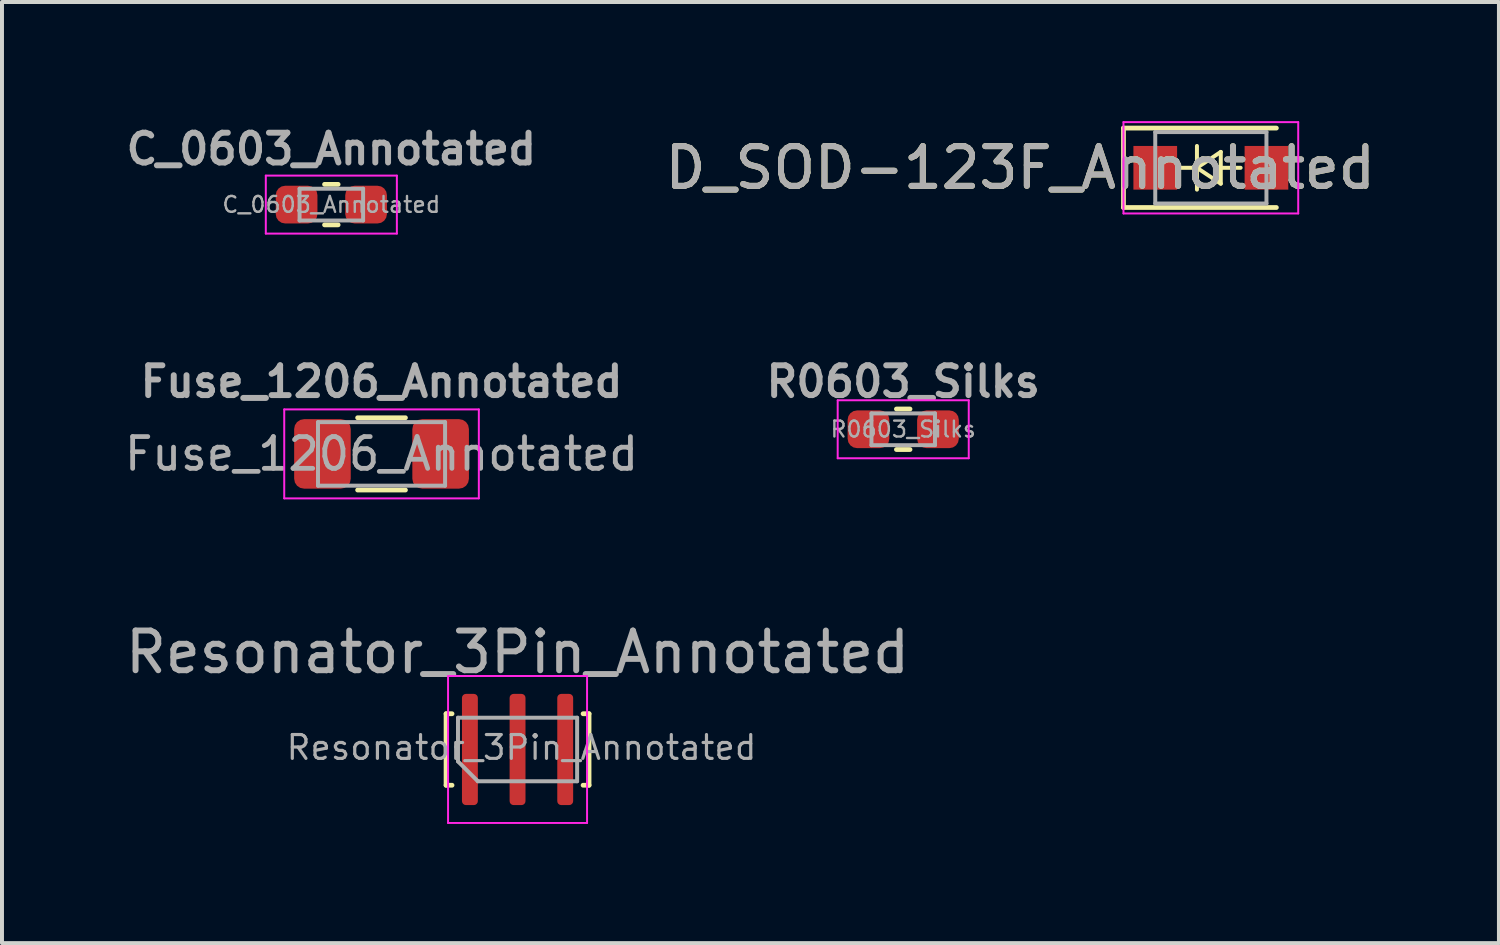
<source format=kicad_pcb>
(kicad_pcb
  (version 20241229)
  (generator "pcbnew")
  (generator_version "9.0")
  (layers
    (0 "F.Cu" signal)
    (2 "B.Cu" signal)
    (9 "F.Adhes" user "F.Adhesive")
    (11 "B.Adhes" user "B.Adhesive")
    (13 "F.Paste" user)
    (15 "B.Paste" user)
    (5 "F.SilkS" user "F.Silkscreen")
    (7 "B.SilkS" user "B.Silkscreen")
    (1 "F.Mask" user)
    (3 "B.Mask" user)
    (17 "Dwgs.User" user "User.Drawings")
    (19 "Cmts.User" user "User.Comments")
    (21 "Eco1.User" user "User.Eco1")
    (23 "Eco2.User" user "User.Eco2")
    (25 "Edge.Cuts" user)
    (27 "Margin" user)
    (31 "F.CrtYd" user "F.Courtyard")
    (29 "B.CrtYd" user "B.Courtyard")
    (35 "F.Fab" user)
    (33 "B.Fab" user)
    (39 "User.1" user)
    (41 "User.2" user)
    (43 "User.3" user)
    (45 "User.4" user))
  (footprint "Resonator_3Pin_Annotated"
    (layer "F.Cu")
    (at 9.982 15.822)
    (property "Reference" "Resonator_3Pin_Annotated" (at 0 -2.45 0) (layer "F.Fab") (effects (font (size 1 1) (thickness 0.15))))
    (attr smd)
    (fp_line (start -1.8 -0.9) (end -1.65 -0.9) (stroke (width 0.12) (type solid)) (layer "F.SilkS"))
    (fp_line (start -1.8 0.9) (end -1.8 -0.9) (stroke (width 0.12) (type solid)) (layer "F.SilkS"))
    (fp_line (start -1.8 0.9) (end -1.65 0.9) (stroke (width 0.12) (type solid)) (layer "F.SilkS"))
    (fp_line (start 1.8 -0.9) (end 1.65 -0.9) (stroke (width 0.12) (type solid)) (layer "F.SilkS"))
    (fp_line (start 1.8 -0.9) (end 1.8 0.9) (stroke (width 0.12) (type solid)) (layer "F.SilkS"))
    (fp_line (start 1.8 0.9) (end 1.65 0.9) (stroke (width 0.12) (type solid)) (layer "F.SilkS"))
    (fp_line (start -1.75 -1.85) (end 1.75 -1.85) (stroke (width 0.05) (type solid)) (layer "F.CrtYd"))
    (fp_line (start -1.75 1.85) (end -1.75 -1.85) (stroke (width 0.05) (type solid)) (layer "F.CrtYd"))
    (fp_line (start 1.75 -1.85) (end 1.75 1.85) (stroke (width 0.05) (type solid)) (layer "F.CrtYd"))
    (fp_line (start 1.75 1.85) (end -1.75 1.85) (stroke (width 0.05) (type solid)) (layer "F.CrtYd"))
    (fp_line (start -1.5 0.3) (end -1.5 -0.8) (stroke (width 0.1) (type solid)) (layer "F.Fab"))
    (fp_line (start -1 0.8) (end -1.5 0.3) (stroke (width 0.1) (type solid)) (layer "F.Fab"))
    (fp_line (start -1 0.8) (end 1.5 0.8) (stroke (width 0.1) (type solid)) (layer "F.Fab"))
    (fp_line (start 1.5 -0.8) (end -1.5 -0.8) (stroke (width 0.1) (type solid)) (layer "F.Fab"))
    (fp_line (start 1.5 0.8) (end 1.5 -0.8) (stroke (width 0.1) (type solid)) (layer "F.Fab"))
    (fp_text user "${REFERENCE}" (at 0.1 -0.05 0) (layer "F.Fab") (effects (font (size 0.6 0.6) (thickness 0.08))))
    (pad "1" smd roundrect (at -1.2 0) (size 0.4 2.8) (layers "F.Cu" "F.Mask" "F.Paste") (roundrect_rratio 0.25))
    (pad "2" smd roundrect (at 0 0) (size 0.4 2.8) (layers "F.Cu" "F.Mask" "F.Paste") (roundrect_rratio 0.25))
    (pad "3" smd roundrect (at 1.2 0) (size 0.4 2.8) (layers "F.Cu" "F.Mask" "F.Paste") (roundrect_rratio 0.25)))
  (footprint "C_0603_Annotated"
    (layer "F.Cu")
    (at 5.293 2.102)
    (property "Reference" "C_0603_Annotated" (at 0 -1.4 0) (layer "F.Fab") (effects (font (size 0.75 0.75) (thickness 0.15))))
    (attr through_hole)
    (fp_line (start -0.171 -0.51) (end 0.171 -0.51) (stroke (width 0.12) (type solid)) (layer "F.SilkS"))
    (fp_line (start -0.171 0.51) (end 0.171 0.51) (stroke (width 0.12) (type solid)) (layer "F.SilkS"))
    (fp_line (start -1.65 -0.73) (end 1.65 -0.73) (stroke (width 0.05) (type solid)) (layer "F.CrtYd"))
    (fp_line (start -1.65 0.73) (end -1.65 -0.73) (stroke (width 0.05) (type solid)) (layer "F.CrtYd"))
    (fp_line (start 1.65 -0.73) (end 1.65 0.73) (stroke (width 0.05) (type solid)) (layer "F.CrtYd"))
    (fp_line (start 1.65 0.73) (end -1.65 0.73) (stroke (width 0.05) (type solid)) (layer "F.CrtYd"))
    (fp_line (start -0.8 -0.4) (end 0.8 -0.4) (stroke (width 0.1) (type solid)) (layer "F.Fab"))
    (fp_line (start -0.8 0.4) (end -0.8 -0.4) (stroke (width 0.1) (type solid)) (layer "F.Fab"))
    (fp_line (start 0.8 -0.4) (end 0.8 0.4) (stroke (width 0.1) (type solid)) (layer "F.Fab"))
    (fp_line (start 0.8 0.4) (end -0.8 0.4) (stroke (width 0.1) (type solid)) (layer "F.Fab"))
    (fp_text user "${REFERENCE}" (at 0 0 0) (layer "F.Fab") (effects (font (size 0.4 0.4) (thickness 0.06))))
    (pad "1" smd roundrect (at -0.875 0) (size 1.05 0.95) (layers "F.Cu" "F.Mask" "F.Paste") (roundrect_rratio 0.25))
    (pad "2" smd roundrect (at 0.875 0) (size 1.05 0.95) (layers "F.Cu" "F.Mask" "F.Paste") (roundrect_rratio 0.25)))
  (footprint "Fuse_1206_Annotated"
    (layer "F.Cu")
    (at 6.557 8.379)
    (property "Reference" "Fuse_1206_Annotated" (at 0 -1.82 0) (layer "F.Fab") (effects (font (size 0.75 0.75) (thickness 0.15))))
    (attr smd)
    (fp_line (start -0.602 -0.91) (end 0.602 -0.91) (stroke (width 0.12) (type solid)) (layer "F.SilkS"))
    (fp_line (start -0.602 0.91) (end 0.602 0.91) (stroke (width 0.12) (type solid)) (layer "F.SilkS"))
    (fp_line (start -2.45 -1.12) (end 2.45 -1.12) (stroke (width 0.05) (type solid)) (layer "F.CrtYd"))
    (fp_line (start -2.45 1.12) (end -2.45 -1.12) (stroke (width 0.05) (type solid)) (layer "F.CrtYd"))
    (fp_line (start 2.45 -1.12) (end 2.45 1.12) (stroke (width 0.05) (type solid)) (layer "F.CrtYd"))
    (fp_line (start 2.45 1.12) (end -2.45 1.12) (stroke (width 0.05) (type solid)) (layer "F.CrtYd"))
    (fp_line (start -1.6 -0.8) (end 1.6 -0.8) (stroke (width 0.1) (type solid)) (layer "F.Fab"))
    (fp_line (start -1.6 0.8) (end -1.6 -0.8) (stroke (width 0.1) (type solid)) (layer "F.Fab"))
    (fp_line (start 1.6 -0.8) (end 1.6 0.8) (stroke (width 0.1) (type solid)) (layer "F.Fab"))
    (fp_line (start 1.6 0.8) (end -1.6 0.8) (stroke (width 0.1) (type solid)) (layer "F.Fab"))
    (fp_text user "${REFERENCE}" (at 0 0 0) (layer "F.Fab") (effects (font (size 0.8 0.8) (thickness 0.12))))
    (pad "1" smd roundrect (at -1.488 0) (size 1.425 1.75) (layers "F.Cu" "F.Mask" "F.Paste") (roundrect_rratio 0.175))
    (pad "2" smd roundrect (at 1.488 0) (size 1.425 1.75) (layers "F.Cu" "F.Mask" "F.Paste") (roundrect_rratio 0.175)))
  (footprint "R0603_Silks"
    (layer "F.Cu")
    (at 19.693 7.759)
    (property "Reference" "R0603_Silks" (at 0 -1.2 0) (layer "F.Fab") (effects (font (size 0.75 0.75) (thickness 0.15))))
    (attr through_hole)
    (fp_line (start -0.171 -0.51) (end 0.171 -0.51) (stroke (width 0.12) (type solid)) (layer "F.SilkS"))
    (fp_line (start -0.171 0.51) (end 0.171 0.51) (stroke (width 0.12) (type solid)) (layer "F.SilkS"))
    (fp_line (start -1.65 -0.73) (end 1.65 -0.73) (stroke (width 0.05) (type solid)) (layer "F.CrtYd"))
    (fp_line (start -1.65 0.73) (end -1.65 -0.73) (stroke (width 0.05) (type solid)) (layer "F.CrtYd"))
    (fp_line (start 1.65 -0.73) (end 1.65 0.73) (stroke (width 0.05) (type solid)) (layer "F.CrtYd"))
    (fp_line (start 1.65 0.73) (end -1.65 0.73) (stroke (width 0.05) (type solid)) (layer "F.CrtYd"))
    (fp_line (start -0.8 -0.4) (end 0.8 -0.4) (stroke (width 0.1) (type solid)) (layer "F.Fab"))
    (fp_line (start -0.8 0.4) (end -0.8 -0.4) (stroke (width 0.1) (type solid)) (layer "F.Fab"))
    (fp_line (start 0.8 -0.4) (end 0.8 0.4) (stroke (width 0.1) (type solid)) (layer "F.Fab"))
    (fp_line (start 0.8 0.4) (end -0.8 0.4) (stroke (width 0.1) (type solid)) (layer "F.Fab"))
    (fp_text user "${REFERENCE}" (at 0 0 0) (layer "F.Fab") (effects (font (size 0.4 0.4) (thickness 0.06))))
    (pad "1" smd roundrect (at -0.875 0) (size 1.05 0.95) (layers "F.Cu" "F.Mask" "F.Paste") (roundrect_rratio 0.25))
    (pad "2" smd roundrect (at 0.875 0) (size 1.05 0.95) (layers "F.Cu" "F.Mask" "F.Paste") (roundrect_rratio 0.25)))
  (footprint "D_SOD-123F_Annotated"
    (layer "F.Cu")
    (at 27.439 1.175)
    (property "Reference" "D_SOD-123F_Annotated" (at -4.8 0 0) (layer "F.SilkS") (effects (font (size 1 1) (thickness 0.15))))
    (attr smd)
    (fp_line (start -2.2 -1) (end -2.2 1) (stroke (width 0.12) (type solid)) (layer "F.SilkS"))
    (fp_line (start -2.2 -1) (end 1.65 -1) (stroke (width 0.12) (type solid)) (layer "F.SilkS"))
    (fp_line (start -2.2 1) (end 1.65 1) (stroke (width 0.12) (type solid)) (layer "F.SilkS"))
    (fp_line (start -0.75 0) (end -0.35 0) (stroke (width 0.1) (type solid)) (layer "F.SilkS"))
    (fp_line (start -0.35 0) (end -0.35 -0.55) (stroke (width 0.1) (type solid)) (layer "F.SilkS"))
    (fp_line (start -0.35 0) (end -0.35 0.55) (stroke (width 0.1) (type solid)) (layer "F.SilkS"))
    (fp_line (start -0.35 0) (end 0.25 -0.4) (stroke (width 0.1) (type solid)) (layer "F.SilkS"))
    (fp_line (start 0.25 -0.4) (end 0.25 0.4) (stroke (width 0.1) (type solid)) (layer "F.SilkS"))
    (fp_line (start 0.25 0) (end 0.75 0) (stroke (width 0.1) (type solid)) (layer "F.SilkS"))
    (fp_line (start 0.25 0.4) (end -0.35 0) (stroke (width 0.1) (type solid)) (layer "F.SilkS"))
    (fp_line (start -2.2 -1.15) (end -2.2 1.15) (stroke (width 0.05) (type solid)) (layer "F.CrtYd"))
    (fp_line (start -2.2 -1.15) (end 2.2 -1.15) (stroke (width 0.05) (type solid)) (layer "F.CrtYd"))
    (fp_line (start 2.2 -1.15) (end 2.2 1.15) (stroke (width 0.05) (type solid)) (layer "F.CrtYd"))
    (fp_line (start 2.2 1.15) (end -2.2 1.15) (stroke (width 0.05) (type solid)) (layer "F.CrtYd"))
    (fp_line (start -1.4 -0.9) (end 1.4 -0.9) (stroke (width 0.1) (type solid)) (layer "F.Fab"))
    (fp_line (start -1.4 0.9) (end -1.4 -0.9) (stroke (width 0.1) (type solid)) (layer "F.Fab"))
    (fp_line (start 1.4 -0.9) (end 1.4 0.9) (stroke (width 0.1) (type solid)) (layer "F.Fab"))
    (fp_line (start 1.4 0.9) (end -1.4 0.9) (stroke (width 0.1) (type solid)) (layer "F.Fab"))
    (fp_text user "${REFERENCE}" (at -4.8 0 0) (layer "F.Fab") (effects (font (size 1 1) (thickness 0.15))))
    (pad "1" smd rect (at -1.4 0) (size 1.1 1.1) (layers "F.Cu" "F.Mask" "F.Paste"))
    (pad "2" smd rect (at 1.4 0) (size 1.1 1.1) (layers "F.Cu" "F.Mask" "F.Paste")))
  (gr_rect
    (start -3 -3)
    (end 34.693 20.697)
    (stroke (width 0.1) (type default))
    (fill no)
    (layer "Edge.Cuts")))
</source>
